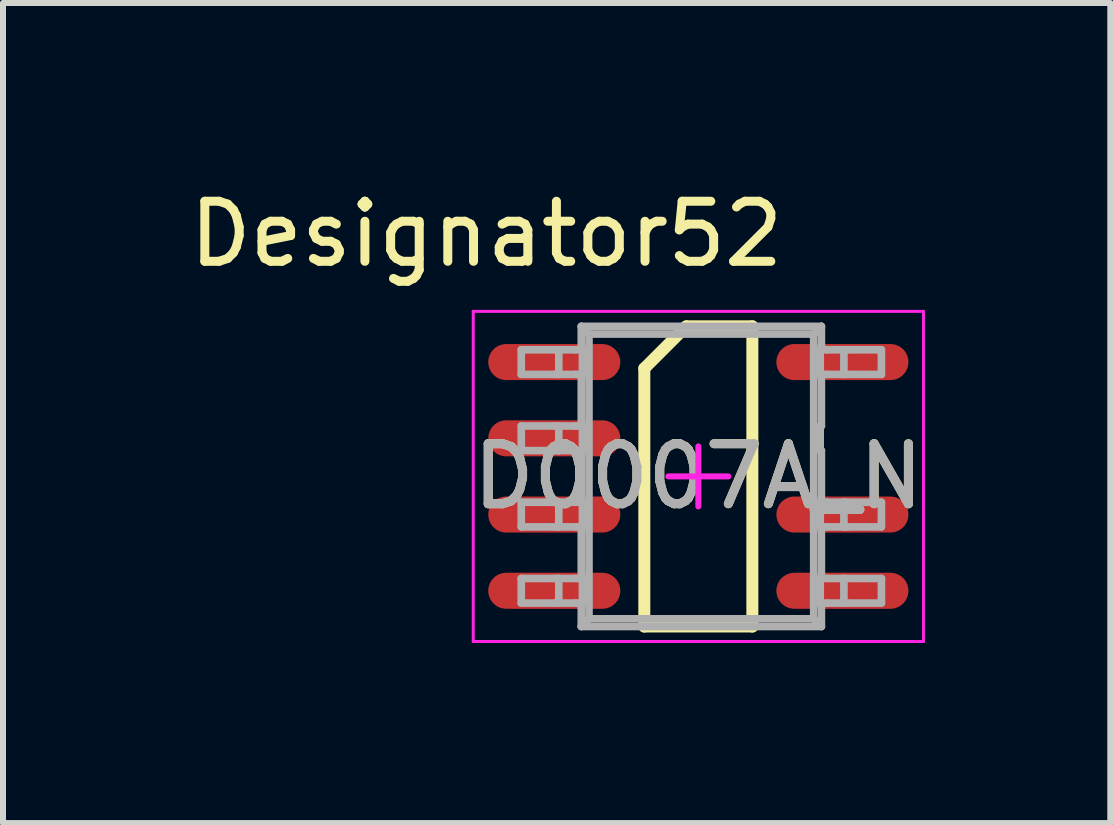
<source format=kicad_pcb>
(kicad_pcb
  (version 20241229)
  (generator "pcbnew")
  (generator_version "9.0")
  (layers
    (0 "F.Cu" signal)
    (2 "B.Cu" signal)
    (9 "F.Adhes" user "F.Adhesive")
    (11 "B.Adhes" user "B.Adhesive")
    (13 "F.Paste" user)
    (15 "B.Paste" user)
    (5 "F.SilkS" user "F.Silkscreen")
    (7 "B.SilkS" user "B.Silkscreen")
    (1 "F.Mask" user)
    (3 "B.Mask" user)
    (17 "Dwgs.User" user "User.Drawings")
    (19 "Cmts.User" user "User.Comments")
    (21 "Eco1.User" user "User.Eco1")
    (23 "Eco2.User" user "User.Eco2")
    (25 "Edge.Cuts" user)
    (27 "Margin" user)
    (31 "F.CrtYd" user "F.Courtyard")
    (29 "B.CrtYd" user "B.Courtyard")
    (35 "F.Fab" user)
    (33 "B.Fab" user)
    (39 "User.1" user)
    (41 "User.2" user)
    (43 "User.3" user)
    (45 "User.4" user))
  (footprint "D0007A_N"
    (layer "F.Cu")
    (at 8.584 4.887)
    (property "Reference" "D0007A_N" (at 0 0 0) (unlocked yes) (layer "F.SilkS") (effects (font (size 1 1) (thickness 0.15))))
    (attr smd)
    (fp_line (start -0.9 -1.8) (end -0.2 -2.5) (stroke (width 0.2) (type solid)) (layer "F.SilkS"))
    (fp_line (start -0.9 2.5) (end -0.9 -1.8) (stroke (width 0.2) (type solid)) (layer "F.SilkS"))
    (fp_line (start -0.9 2.5) (end 0.9 2.5) (stroke (width 0.2) (type solid)) (layer "F.SilkS"))
    (fp_line (start -0.2 -2.5) (end 0.9 -2.5) (stroke (width 0.2) (type solid)) (layer "F.SilkS"))
    (fp_line (start 0.9 2.5) (end 0.9 -2.5) (stroke (width 0.2) (type solid)) (layer "F.SilkS"))
    (fp_line (start -3.75 -2.75) (end 3.75 -2.75) (stroke (width 0.05) (type solid)) (layer "F.CrtYd"))
    (fp_line (start -3.75 2.75) (end -3.75 -2.75) (stroke (width 0.05) (type solid)) (layer "F.CrtYd"))
    (fp_line (start -3.75 2.75) (end 3.75 2.75) (stroke (width 0.05) (type solid)) (layer "F.CrtYd"))
    (fp_line (start -0.5 0) (end 0.5 0) (stroke (width 0.1) (type solid)) (layer "F.CrtYd"))
    (fp_line (start 0 0.5) (end 0 -0.5) (stroke (width 0.1) (type solid)) (layer "F.CrtYd"))
    (fp_line (start 3.75 2.75) (end 3.75 -2.75) (stroke (width 0.05) (type solid)) (layer "F.CrtYd"))
    (fp_line (start -2.95 -2.11) (end -2.39 -2.11) (stroke (width 0.127) (type solid)) (layer "F.Fab"))
    (fp_line (start -2.95 -1.7) (end -2.95 -2.11) (stroke (width 0.127) (type solid)) (layer "F.Fab"))
    (fp_line (start -2.95 -1.7) (end -2.39 -1.7) (stroke (width 0.127) (type solid)) (layer "F.Fab"))
    (fp_line (start -2.95 -0.84) (end -2.39 -0.84) (stroke (width 0.127) (type solid)) (layer "F.Fab"))
    (fp_line (start -2.95 -0.43) (end -2.95 -0.84) (stroke (width 0.127) (type solid)) (layer "F.Fab"))
    (fp_line (start -2.95 -0.43) (end -2.39 -0.43) (stroke (width 0.127) (type solid)) (layer "F.Fab"))
    (fp_line (start -2.95 0.43) (end -2.39 0.43) (stroke (width 0.127) (type solid)) (layer "F.Fab"))
    (fp_line (start -2.95 0.84) (end -2.95 0.43) (stroke (width 0.127) (type solid)) (layer "F.Fab"))
    (fp_line (start -2.95 0.84) (end -2.39 0.84) (stroke (width 0.127) (type solid)) (layer "F.Fab"))
    (fp_line (start -2.95 1.7) (end -2.39 1.7) (stroke (width 0.127) (type solid)) (layer "F.Fab"))
    (fp_line (start -2.95 2.11) (end -2.95 1.7) (stroke (width 0.127) (type solid)) (layer "F.Fab"))
    (fp_line (start -2.95 2.11) (end -2.39 2.11) (stroke (width 0.127) (type solid)) (layer "F.Fab"))
    (fp_line (start -2.39 -2.11) (end -2.325 -2.11) (stroke (width 0.127) (type solid)) (layer "F.Fab"))
    (fp_line (start -2.39 -1.7) (end -2.325 -1.7) (stroke (width 0.127) (type solid)) (layer "F.Fab"))
    (fp_line (start -2.39 -0.84) (end -2.325 -0.84) (stroke (width 0.127) (type solid)) (layer "F.Fab"))
    (fp_line (start -2.39 -0.43) (end -2.325 -0.43) (stroke (width 0.127) (type solid)) (layer "F.Fab"))
    (fp_line (start -2.39 0.43) (end -2.325 0.43) (stroke (width 0.127) (type solid)) (layer "F.Fab"))
    (fp_line (start -2.39 0.84) (end -2.325 0.84) (stroke (width 0.127) (type solid)) (layer "F.Fab"))
    (fp_line (start -2.39 1.7) (end -2.325 1.7) (stroke (width 0.127) (type solid)) (layer "F.Fab"))
    (fp_line (start -2.39 2.11) (end -2.325 2.11) (stroke (width 0.127) (type solid)) (layer "F.Fab"))
    (fp_line (start -2.325 -2.11) (end -2.045 -2.11) (stroke (width 0.127) (type solid)) (layer "F.Fab"))
    (fp_line (start -2.325 -1.7) (end -2.325 -2.11) (stroke (width 0.127) (type solid)) (layer "F.Fab"))
    (fp_line (start -2.325 -1.7) (end -2.045 -1.7) (stroke (width 0.127) (type solid)) (layer "F.Fab"))
    (fp_line (start -2.325 -0.84) (end -2.045 -0.84) (stroke (width 0.127) (type solid)) (layer "F.Fab"))
    (fp_line (start -2.325 -0.43) (end -2.325 -0.84) (stroke (width 0.127) (type solid)) (layer "F.Fab"))
    (fp_line (start -2.325 -0.43) (end -2.045 -0.43) (stroke (width 0.127) (type solid)) (layer "F.Fab"))
    (fp_line (start -2.325 0.43) (end -2.045 0.43) (stroke (width 0.127) (type solid)) (layer "F.Fab"))
    (fp_line (start -2.325 0.84) (end -2.325 0.43) (stroke (width 0.127) (type solid)) (layer "F.Fab"))
    (fp_line (start -2.325 0.84) (end -2.045 0.84) (stroke (width 0.127) (type solid)) (layer "F.Fab"))
    (fp_line (start -2.325 1.7) (end -2.045 1.7) (stroke (width 0.127) (type solid)) (layer "F.Fab"))
    (fp_line (start -2.325 2.11) (end -2.325 1.7) (stroke (width 0.127) (type solid)) (layer "F.Fab"))
    (fp_line (start -2.325 2.11) (end -2.045 2.11) (stroke (width 0.127) (type solid)) (layer "F.Fab"))
    (fp_line (start -2.045 -2.11) (end -1.931 -2.11) (stroke (width 0.127) (type solid)) (layer "F.Fab"))
    (fp_line (start -2.045 -1.7) (end -1.931 -1.7) (stroke (width 0.127) (type solid)) (layer "F.Fab"))
    (fp_line (start -2.045 -0.84) (end -1.931 -0.84) (stroke (width 0.127) (type solid)) (layer "F.Fab"))
    (fp_line (start -2.045 -0.43) (end -1.931 -0.43) (stroke (width 0.127) (type solid)) (layer "F.Fab"))
    (fp_line (start -2.045 0.43) (end -1.931 0.43) (stroke (width 0.127) (type solid)) (layer "F.Fab"))
    (fp_line (start -2.045 0.84) (end -1.931 0.84) (stroke (width 0.127) (type solid)) (layer "F.Fab"))
    (fp_line (start -2.045 1.7) (end -1.931 1.7) (stroke (width 0.127) (type solid)) (layer "F.Fab"))
    (fp_line (start -2.045 2.11) (end -1.931 2.11) (stroke (width 0.127) (type solid)) (layer "F.Fab"))
    (fp_line (start -1.95 -2.5) (end -1.822 -2.372) (stroke (width 0.127) (type solid)) (layer "F.Fab"))
    (fp_line (start -1.95 -2.5) (end 2.05 -2.5) (stroke (width 0.127) (type solid)) (layer "F.Fab"))
    (fp_line (start -1.95 -2.11) (end -1.95 -2.5) (stroke (width 0.127) (type solid)) (layer "F.Fab"))
    (fp_line (start -1.95 -0.84) (end -1.95 -1.7) (stroke (width 0.127) (type solid)) (layer "F.Fab"))
    (fp_line (start -1.95 0.43) (end -1.95 -0.43) (stroke (width 0.127) (type solid)) (layer "F.Fab"))
    (fp_line (start -1.95 1.7) (end -1.95 0.84) (stroke (width 0.127) (type solid)) (layer "F.Fab"))
    (fp_line (start -1.95 2.5) (end -1.95 2.11) (stroke (width 0.127) (type solid)) (layer "F.Fab"))
    (fp_line (start -1.95 2.5) (end -1.822 2.372) (stroke (width 0.127) (type solid)) (layer "F.Fab"))
    (fp_line (start -1.95 2.5) (end 2.05 2.5) (stroke (width 0.127) (type solid)) (layer "F.Fab"))
    (fp_line (start -1.931 -1.7) (end -1.931 -2.11) (stroke (width 0.127) (type solid)) (layer "F.Fab"))
    (fp_line (start -1.931 -0.43) (end -1.931 -0.84) (stroke (width 0.127) (type solid)) (layer "F.Fab"))
    (fp_line (start -1.931 0.84) (end -1.931 0.43) (stroke (width 0.127) (type solid)) (layer "F.Fab"))
    (fp_line (start -1.931 2.11) (end -1.931 1.7) (stroke (width 0.127) (type solid)) (layer "F.Fab"))
    (fp_line (start -1.822 -2.372) (end 1.922 -2.372) (stroke (width 0.127) (type solid)) (layer "F.Fab"))
    (fp_line (start -1.822 2.372) (end -1.822 -2.372) (stroke (width 0.127) (type solid)) (layer "F.Fab"))
    (fp_line (start -1.822 2.372) (end 1.922 2.372) (stroke (width 0.127) (type solid)) (layer "F.Fab"))
    (fp_line (start 1.922 -2.372) (end 2.05 -2.5) (stroke (width 0.127) (type solid)) (layer "F.Fab"))
    (fp_line (start 1.922 2.372) (end 1.922 -2.372) (stroke (width 0.127) (type solid)) (layer "F.Fab"))
    (fp_line (start 1.922 2.372) (end 2.05 2.5) (stroke (width 0.127) (type solid)) (layer "F.Fab"))
    (fp_line (start 2.03 -0.84) (end 2.05 -0.84) (stroke (width 0.127) (type solid)) (layer "F.Fab"))
    (fp_line (start 2.03 -0.43) (end 2.03 -0.84) (stroke (width 0.127) (type solid)) (layer "F.Fab"))
    (fp_line (start 2.03 -0.43) (end 2.05 -0.43) (stroke (width 0.127) (type solid)) (layer "F.Fab"))
    (fp_line (start 2.031 -2.11) (end 2.145 -2.11) (stroke (width 0.127) (type solid)) (layer "F.Fab"))
    (fp_line (start 2.031 -1.7) (end 2.031 -2.11) (stroke (width 0.127) (type solid)) (layer "F.Fab"))
    (fp_line (start 2.031 -1.7) (end 2.145 -1.7) (stroke (width 0.127) (type solid)) (layer "F.Fab"))
    (fp_line (start 2.031 0.43) (end 2.145 0.43) (stroke (width 0.127) (type solid)) (layer "F.Fab"))
    (fp_line (start 2.031 0.84) (end 2.031 0.43) (stroke (width 0.127) (type solid)) (layer "F.Fab"))
    (fp_line (start 2.031 0.84) (end 2.145 0.84) (stroke (width 0.127) (type solid)) (layer "F.Fab"))
    (fp_line (start 2.031 1.7) (end 2.145 1.7) (stroke (width 0.127) (type solid)) (layer "F.Fab"))
    (fp_line (start 2.031 2.11) (end 2.031 1.7) (stroke (width 0.127) (type solid)) (layer "F.Fab"))
    (fp_line (start 2.031 2.11) (end 2.145 2.11) (stroke (width 0.127) (type solid)) (layer "F.Fab"))
    (fp_line (start 2.05 -2.11) (end 2.05 -2.5) (stroke (width 0.127) (type solid)) (layer "F.Fab"))
    (fp_line (start 2.05 -0.84) (end 2.05 -1.7) (stroke (width 0.127) (type solid)) (layer "F.Fab"))
    (fp_line (start 2.05 0.43) (end 2.05 -0.43) (stroke (width 0.127) (type solid)) (layer "F.Fab"))
    (fp_line (start 2.05 1.7) (end 2.05 0.84) (stroke (width 0.127) (type solid)) (layer "F.Fab"))
    (fp_line (start 2.05 2.5) (end 2.05 2.11) (stroke (width 0.127) (type solid)) (layer "F.Fab"))
    (fp_line (start 2.145 -2.11) (end 2.425 -2.11) (stroke (width 0.127) (type solid)) (layer "F.Fab"))
    (fp_line (start 2.145 -1.7) (end 2.425 -1.7) (stroke (width 0.127) (type solid)) (layer "F.Fab"))
    (fp_line (start 2.145 0.43) (end 2.425 0.43) (stroke (width 0.127) (type solid)) (layer "F.Fab"))
    (fp_line (start 2.145 0.84) (end 2.425 0.84) (stroke (width 0.127) (type solid)) (layer "F.Fab"))
    (fp_line (start 2.145 1.7) (end 2.425 1.7) (stroke (width 0.127) (type solid)) (layer "F.Fab"))
    (fp_line (start 2.145 2.11) (end 2.425 2.11) (stroke (width 0.127) (type solid)) (layer "F.Fab"))
    (fp_line (start 2.425 -2.11) (end 2.49 -2.11) (stroke (width 0.127) (type solid)) (layer "F.Fab"))
    (fp_line (start 2.425 -1.7) (end 2.425 -2.11) (stroke (width 0.127) (type solid)) (layer "F.Fab"))
    (fp_line (start 2.425 -1.7) (end 2.49 -1.7) (stroke (width 0.127) (type solid)) (layer "F.Fab"))
    (fp_line (start 2.425 0.43) (end 2.49 0.43) (stroke (width 0.127) (type solid)) (layer "F.Fab"))
    (fp_line (start 2.425 0.84) (end 2.425 0.43) (stroke (width 0.127) (type solid)) (layer "F.Fab"))
    (fp_line (start 2.425 0.84) (end 2.49 0.84) (stroke (width 0.127) (type solid)) (layer "F.Fab"))
    (fp_line (start 2.425 1.7) (end 2.49 1.7) (stroke (width 0.127) (type solid)) (layer "F.Fab"))
    (fp_line (start 2.425 2.11) (end 2.425 1.7) (stroke (width 0.127) (type solid)) (layer "F.Fab"))
    (fp_line (start 2.425 2.11) (end 2.49 2.11) (stroke (width 0.127) (type solid)) (layer "F.Fab"))
    (fp_line (start 2.49 -2.11) (end 3.05 -2.11) (stroke (width 0.127) (type solid)) (layer "F.Fab"))
    (fp_line (start 2.49 -1.7) (end 3.05 -1.7) (stroke (width 0.127) (type solid)) (layer "F.Fab"))
    (fp_line (start 2.49 0.43) (end 3.05 0.43) (stroke (width 0.127) (type solid)) (layer "F.Fab"))
    (fp_line (start 2.49 0.84) (end 3.05 0.84) (stroke (width 0.127) (type solid)) (layer "F.Fab"))
    (fp_line (start 2.49 1.7) (end 3.05 1.7) (stroke (width 0.127) (type solid)) (layer "F.Fab"))
    (fp_line (start 2.49 2.11) (end 3.05 2.11) (stroke (width 0.127) (type solid)) (layer "F.Fab"))
    (fp_line (start 3.05 -1.7) (end 3.05 -2.11) (stroke (width 0.127) (type solid)) (layer "F.Fab"))
    (fp_line (start 3.05 0.84) (end 3.05 0.43) (stroke (width 0.127) (type solid)) (layer "F.Fab"))
    (fp_line (start 3.05 2.11) (end 3.05 1.7) (stroke (width 0.127) (type solid)) (layer "F.Fab"))
    (fp_text user "Designator52" (at -3.531 -4.039 0) (unlocked yes) (layer "F.SilkS") (effects (font (size 1 1) (thickness 0.15))))
    (fp_text user "${REFERENCE}" (at 0 0 0) (unlocked yes) (layer "F.Fab") (effects (font (size 1 1) (thickness 0.15))))
    (pad "1" smd oval (at -2.4 -1.905 90) (size 0.6 2.2) (layers "F.Cu" "F.Mask" "F.Paste"))
    (pad "2" smd oval (at -2.4 -0.635 90) (size 0.6 2.2) (layers "F.Cu" "F.Mask" "F.Paste"))
    (pad "3" smd oval (at -2.4 0.635 90) (size 0.6 2.2) (layers "F.Cu" "F.Mask" "F.Paste"))
    (pad "4" smd oval (at -2.4 1.905 90) (size 0.6 2.2) (layers "F.Cu" "F.Mask" "F.Paste"))
    (pad "5" smd oval (at 2.4 1.905 90) (size 0.6 2.2) (layers "F.Cu" "F.Mask" "F.Paste"))
    (pad "6" smd oval (at 2.4 0.635 90) (size 0.6 2.2) (layers "F.Cu" "F.Mask" "F.Paste"))
    (pad "8" smd oval (at 2.4 -1.905 90) (size 0.6 2.2) (layers "F.Cu" "F.Mask" "F.Paste")))
  (gr_rect
    (start -3 -3)
    (end 15.447 10.662)
    (stroke (width 0.1) (type default))
    (fill no)
    (layer "Edge.Cuts")))
</source>
